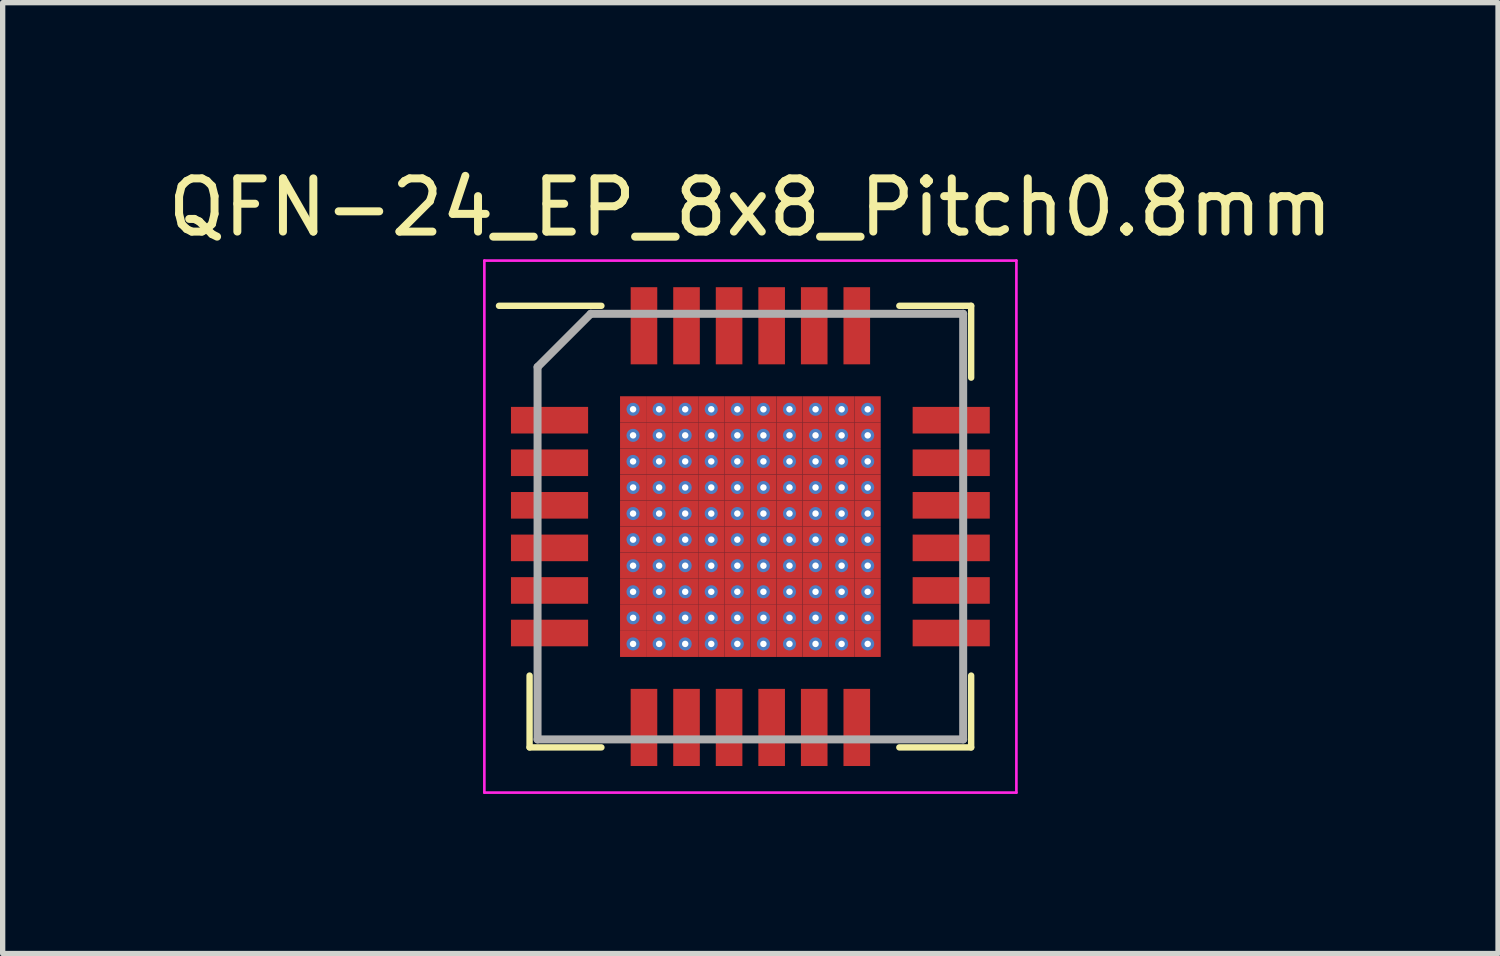
<source format=kicad_pcb>
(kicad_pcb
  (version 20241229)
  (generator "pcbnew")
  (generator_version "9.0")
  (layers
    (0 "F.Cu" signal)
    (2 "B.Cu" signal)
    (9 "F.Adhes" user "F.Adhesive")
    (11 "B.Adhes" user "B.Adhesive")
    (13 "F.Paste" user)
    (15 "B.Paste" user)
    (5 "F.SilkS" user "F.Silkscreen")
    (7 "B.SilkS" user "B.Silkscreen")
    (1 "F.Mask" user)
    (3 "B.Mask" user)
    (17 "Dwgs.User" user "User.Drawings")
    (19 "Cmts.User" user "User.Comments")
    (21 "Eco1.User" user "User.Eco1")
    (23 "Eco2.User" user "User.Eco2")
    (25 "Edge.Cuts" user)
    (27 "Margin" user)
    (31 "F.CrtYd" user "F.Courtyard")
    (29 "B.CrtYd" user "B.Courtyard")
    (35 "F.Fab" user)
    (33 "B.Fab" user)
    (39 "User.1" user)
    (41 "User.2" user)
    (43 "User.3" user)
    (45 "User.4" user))
  (footprint "QFN-24_EP_8x8_Pitch0.8mm"
    (layer "F.Cu")
    (at 11.054 6.848)
    (property "Reference" "QFN-24_EP_8x8_Pitch0.8mm" (at 0 -6 0) (layer "F.SilkS") (effects (font (size 1 1) (thickness 0.15))))
    (attr smd)
    (fp_line (start -4.15 4.15) (end -4.15 2.8) (stroke (width 0.12) (type solid)) (layer "F.SilkS"))
    (fp_line (start -2.8 -4.15) (end -4.725 -4.15) (stroke (width 0.12) (type solid)) (layer "F.SilkS"))
    (fp_line (start -2.8 4.15) (end -4.15 4.15) (stroke (width 0.12) (type solid)) (layer "F.SilkS"))
    (fp_line (start 2.8 -4.15) (end 4.15 -4.15) (stroke (width 0.12) (type solid)) (layer "F.SilkS"))
    (fp_line (start 2.8 4.15) (end 4.15 4.15) (stroke (width 0.12) (type solid)) (layer "F.SilkS"))
    (fp_line (start 4.15 -4.15) (end 4.15 -2.8) (stroke (width 0.12) (type solid)) (layer "F.SilkS"))
    (fp_line (start 4.15 4.15) (end 4.15 2.8) (stroke (width 0.12) (type solid)) (layer "F.SilkS"))
    (fp_line (start -5 -5) (end 5 -5) (stroke (width 0.05) (type solid)) (layer "F.CrtYd"))
    (fp_line (start -5 5) (end -5 -5) (stroke (width 0.05) (type solid)) (layer "F.CrtYd"))
    (fp_line (start 5 -5) (end 5 5) (stroke (width 0.05) (type solid)) (layer "F.CrtYd"))
    (fp_line (start 5 5) (end -5 5) (stroke (width 0.05) (type solid)) (layer "F.CrtYd"))
    (fp_line (start -4 -3) (end -4 4) (stroke (width 0.15) (type solid)) (layer "F.Fab"))
    (fp_line (start -4 4) (end 4 4) (stroke (width 0.15) (type solid)) (layer "F.Fab"))
    (fp_line (start -3 -4) (end -4 -3) (stroke (width 0.15) (type solid)) (layer "F.Fab"))
    (fp_line (start 4 -4) (end -3 -4) (stroke (width 0.15) (type solid)) (layer "F.Fab"))
    (fp_line (start 4 4) (end 4 -4) (stroke (width 0.15) (type solid)) (layer "F.Fab"))
    (pad "1" smd rect (at -3.775 -2 90) (size 0.5 1.45) (layers "F.Cu" "F.Mask" "F.Paste"))
    (pad "2" smd rect (at -3.775 -1.2 90) (size 0.5 1.45) (layers "F.Cu" "F.Mask" "F.Paste"))
    (pad "3" smd rect (at -3.775 -0.4 90) (size 0.5 1.45) (layers "F.Cu" "F.Mask" "F.Paste"))
    (pad "4" smd rect (at -3.775 0.4 90) (size 0.5 1.45) (layers "F.Cu" "F.Mask" "F.Paste"))
    (pad "5" smd rect (at -3.775 1.2 90) (size 0.5 1.45) (layers "F.Cu" "F.Mask" "F.Paste"))
    (pad "6" smd rect (at -3.775 2 90) (size 0.5 1.45) (layers "F.Cu" "F.Mask" "F.Paste"))
    (pad "7" smd rect (at -2 3.775) (size 0.5 1.45) (layers "F.Cu" "F.Mask" "F.Paste"))
    (pad "8" smd rect (at -1.2 3.775) (size 0.5 1.45) (layers "F.Cu" "F.Mask" "F.Paste"))
    (pad "9" smd rect (at -0.4 3.775) (size 0.5 1.45) (layers "F.Cu" "F.Mask" "F.Paste"))
    (pad "10" smd rect (at 0.4 3.775) (size 0.5 1.45) (layers "F.Cu" "F.Mask" "F.Paste"))
    (pad "11" smd rect (at 1.2 3.775) (size 0.5 1.45) (layers "F.Cu" "F.Mask" "F.Paste"))
    (pad "12" smd rect (at 2 3.775) (size 0.5 1.45) (layers "F.Cu" "F.Mask" "F.Paste"))
    (pad "13" smd rect (at 3.775 2 90) (size 0.5 1.45) (layers "F.Cu" "F.Mask" "F.Paste"))
    (pad "14" smd rect (at 3.775 1.2 90) (size 0.5 1.45) (layers "F.Cu" "F.Mask" "F.Paste"))
    (pad "15" smd rect (at 3.775 0.4 90) (size 0.5 1.45) (layers "F.Cu" "F.Mask" "F.Paste"))
    (pad "16" smd rect (at 3.775 -0.4 90) (size 0.5 1.45) (layers "F.Cu" "F.Mask" "F.Paste"))
    (pad "17" smd rect (at 3.775 -1.2 90) (size 0.5 1.45) (layers "F.Cu" "F.Mask" "F.Paste"))
    (pad "18" smd rect (at 3.775 -2 90) (size 0.5 1.45) (layers "F.Cu" "F.Mask" "F.Paste"))
    (pad "19" smd rect (at 2 -3.775) (size 0.5 1.45) (layers "F.Cu" "F.Mask" "F.Paste"))
    (pad "20" smd rect (at 1.2 -3.775) (size 0.5 1.45) (layers "F.Cu" "F.Mask" "F.Paste"))
    (pad "21" smd rect (at 0.4 -3.775) (size 0.5 1.45) (layers "F.Cu" "F.Mask" "F.Paste"))
    (pad "22" smd rect (at -0.4 -3.775) (size 0.5 1.45) (layers "F.Cu" "F.Mask" "F.Paste"))
    (pad "23" smd rect (at -1.2 -3.775) (size 0.5 1.45) (layers "F.Cu" "F.Mask" "F.Paste"))
    (pad "24" smd rect (at -2 -3.775) (size 0.5 1.45) (layers "F.Cu" "F.Mask" "F.Paste"))
    (pad "25" thru_hole circle (at -2.205 -2.205) (size 0.245 0.245) (drill 0.122) (layers "*.Cu" "*.Mask"))
    (pad "25" smd rect (at -2.205 -2.205) (size 0.49 0.49) (layers "F.Cu" "F.Mask" "F.Paste"))
    (pad "25" thru_hole circle (at -2.205 -1.715) (size 0.245 0.245) (drill 0.122) (layers "*.Cu" "*.Mask"))
    (pad "25" smd rect (at -2.205 -1.715) (size 0.49 0.49) (layers "F.Cu" "F.Mask" "F.Paste"))
    (pad "25" thru_hole circle (at -2.205 -1.225) (size 0.245 0.245) (drill 0.122) (layers "*.Cu" "*.Mask"))
    (pad "25" smd rect (at -2.205 -1.225) (size 0.49 0.49) (layers "F.Cu" "F.Mask" "F.Paste"))
    (pad "25" thru_hole circle (at -2.205 -0.735) (size 0.245 0.245) (drill 0.122) (layers "*.Cu" "*.Mask"))
    (pad "25" smd rect (at -2.205 -0.735) (size 0.49 0.49) (layers "F.Cu" "F.Mask" "F.Paste"))
    (pad "25" thru_hole circle (at -2.205 -0.245) (size 0.245 0.245) (drill 0.122) (layers "*.Cu" "*.Mask"))
    (pad "25" smd rect (at -2.205 -0.245) (size 0.49 0.49) (layers "F.Cu" "F.Mask" "F.Paste"))
    (pad "25" thru_hole circle (at -2.205 0.245) (size 0.245 0.245) (drill 0.122) (layers "*.Cu" "*.Mask"))
    (pad "25" smd rect (at -2.205 0.245) (size 0.49 0.49) (layers "F.Cu" "F.Mask" "F.Paste"))
    (pad "25" thru_hole circle (at -2.205 0.735) (size 0.245 0.245) (drill 0.122) (layers "*.Cu" "*.Mask"))
    (pad "25" smd rect (at -2.205 0.735) (size 0.49 0.49) (layers "F.Cu" "F.Mask" "F.Paste"))
    (pad "25" thru_hole circle (at -2.205 1.225) (size 0.245 0.245) (drill 0.122) (layers "*.Cu" "*.Mask"))
    (pad "25" smd rect (at -2.205 1.225) (size 0.49 0.49) (layers "F.Cu" "F.Mask" "F.Paste"))
    (pad "25" thru_hole circle (at -2.205 1.715) (size 0.245 0.245) (drill 0.122) (layers "*.Cu" "*.Mask"))
    (pad "25" smd rect (at -2.205 1.715) (size 0.49 0.49) (layers "F.Cu" "F.Mask" "F.Paste"))
    (pad "25" thru_hole circle (at -2.205 2.205) (size 0.245 0.245) (drill 0.122) (layers "*.Cu" "*.Mask"))
    (pad "25" smd rect (at -2.205 2.205) (size 0.49 0.49) (layers "F.Cu" "F.Mask" "F.Paste"))
    (pad "25" thru_hole circle (at -1.715 -2.205) (size 0.245 0.245) (drill 0.122) (layers "*.Cu" "*.Mask"))
    (pad "25" smd rect (at -1.715 -2.205) (size 0.49 0.49) (layers "F.Cu" "F.Mask" "F.Paste"))
    (pad "25" thru_hole circle (at -1.715 -1.715) (size 0.245 0.245) (drill 0.122) (layers "*.Cu" "*.Mask"))
    (pad "25" smd rect (at -1.715 -1.715) (size 0.49 0.49) (layers "F.Cu" "F.Mask" "F.Paste"))
    (pad "25" thru_hole circle (at -1.715 -1.225) (size 0.245 0.245) (drill 0.122) (layers "*.Cu" "*.Mask"))
    (pad "25" smd rect (at -1.715 -1.225) (size 0.49 0.49) (layers "F.Cu" "F.Mask" "F.Paste"))
    (pad "25" thru_hole circle (at -1.715 -0.735) (size 0.245 0.245) (drill 0.122) (layers "*.Cu" "*.Mask"))
    (pad "25" smd rect (at -1.715 -0.735) (size 0.49 0.49) (layers "F.Cu" "F.Mask" "F.Paste"))
    (pad "25" thru_hole circle (at -1.715 -0.245) (size 0.245 0.245) (drill 0.122) (layers "*.Cu" "*.Mask"))
    (pad "25" smd rect (at -1.715 -0.245) (size 0.49 0.49) (layers "F.Cu" "F.Mask" "F.Paste"))
    (pad "25" thru_hole circle (at -1.715 0.245) (size 0.245 0.245) (drill 0.122) (layers "*.Cu" "*.Mask"))
    (pad "25" smd rect (at -1.715 0.245) (size 0.49 0.49) (layers "F.Cu" "F.Mask" "F.Paste"))
    (pad "25" thru_hole circle (at -1.715 0.735) (size 0.245 0.245) (drill 0.122) (layers "*.Cu" "*.Mask"))
    (pad "25" smd rect (at -1.715 0.735) (size 0.49 0.49) (layers "F.Cu" "F.Mask" "F.Paste"))
    (pad "25" thru_hole circle (at -1.715 1.225) (size 0.245 0.245) (drill 0.122) (layers "*.Cu" "*.Mask"))
    (pad "25" smd rect (at -1.715 1.225) (size 0.49 0.49) (layers "F.Cu" "F.Mask" "F.Paste"))
    (pad "25" thru_hole circle (at -1.715 1.715) (size 0.245 0.245) (drill 0.122) (layers "*.Cu" "*.Mask"))
    (pad "25" smd rect (at -1.715 1.715) (size 0.49 0.49) (layers "F.Cu" "F.Mask" "F.Paste"))
    (pad "25" thru_hole circle (at -1.715 2.205) (size 0.245 0.245) (drill 0.122) (layers "*.Cu" "*.Mask"))
    (pad "25" smd rect (at -1.715 2.205) (size 0.49 0.49) (layers "F.Cu" "F.Mask" "F.Paste"))
    (pad "25" thru_hole circle (at -1.225 -2.205) (size 0.245 0.245) (drill 0.122) (layers "*.Cu" "*.Mask"))
    (pad "25" smd rect (at -1.225 -2.205) (size 0.49 0.49) (layers "F.Cu" "F.Mask" "F.Paste"))
    (pad "25" thru_hole circle (at -1.225 -1.715) (size 0.245 0.245) (drill 0.122) (layers "*.Cu" "*.Mask"))
    (pad "25" smd rect (at -1.225 -1.715) (size 0.49 0.49) (layers "F.Cu" "F.Mask" "F.Paste"))
    (pad "25" thru_hole circle (at -1.225 -1.225) (size 0.245 0.245) (drill 0.122) (layers "*.Cu" "*.Mask"))
    (pad "25" smd rect (at -1.225 -1.225) (size 0.49 0.49) (layers "F.Cu" "F.Mask" "F.Paste"))
    (pad "25" thru_hole circle (at -1.225 -0.735) (size 0.245 0.245) (drill 0.122) (layers "*.Cu" "*.Mask"))
    (pad "25" smd rect (at -1.225 -0.735) (size 0.49 0.49) (layers "F.Cu" "F.Mask" "F.Paste"))
    (pad "25" thru_hole circle (at -1.225 -0.245) (size 0.245 0.245) (drill 0.122) (layers "*.Cu" "*.Mask"))
    (pad "25" smd rect (at -1.225 -0.245) (size 0.49 0.49) (layers "F.Cu" "F.Mask" "F.Paste"))
    (pad "25" thru_hole circle (at -1.225 0.245) (size 0.245 0.245) (drill 0.122) (layers "*.Cu" "*.Mask"))
    (pad "25" smd rect (at -1.225 0.245) (size 0.49 0.49) (layers "F.Cu" "F.Mask" "F.Paste"))
    (pad "25" thru_hole circle (at -1.225 0.735) (size 0.245 0.245) (drill 0.122) (layers "*.Cu" "*.Mask"))
    (pad "25" smd rect (at -1.225 0.735) (size 0.49 0.49) (layers "F.Cu" "F.Mask" "F.Paste"))
    (pad "25" thru_hole circle (at -1.225 1.225) (size 0.245 0.245) (drill 0.122) (layers "*.Cu" "*.Mask"))
    (pad "25" smd rect (at -1.225 1.225) (size 0.49 0.49) (layers "F.Cu" "F.Mask" "F.Paste"))
    (pad "25" thru_hole circle (at -1.225 1.715) (size 0.245 0.245) (drill 0.122) (layers "*.Cu" "*.Mask"))
    (pad "25" smd rect (at -1.225 1.715) (size 0.49 0.49) (layers "F.Cu" "F.Mask" "F.Paste"))
    (pad "25" thru_hole circle (at -1.225 2.205) (size 0.245 0.245) (drill 0.122) (layers "*.Cu" "*.Mask"))
    (pad "25" smd rect (at -1.225 2.205) (size 0.49 0.49) (layers "F.Cu" "F.Mask" "F.Paste"))
    (pad "25" thru_hole circle (at -0.735 -2.205) (size 0.245 0.245) (drill 0.122) (layers "*.Cu" "*.Mask"))
    (pad "25" smd rect (at -0.735 -2.205) (size 0.49 0.49) (layers "F.Cu" "F.Mask" "F.Paste"))
    (pad "25" thru_hole circle (at -0.735 -1.715) (size 0.245 0.245) (drill 0.122) (layers "*.Cu" "*.Mask"))
    (pad "25" smd rect (at -0.735 -1.715) (size 0.49 0.49) (layers "F.Cu" "F.Mask" "F.Paste"))
    (pad "25" thru_hole circle (at -0.735 -1.225) (size 0.245 0.245) (drill 0.122) (layers "*.Cu" "*.Mask"))
    (pad "25" smd rect (at -0.735 -1.225) (size 0.49 0.49) (layers "F.Cu" "F.Mask" "F.Paste"))
    (pad "25" thru_hole circle (at -0.735 -0.735) (size 0.245 0.245) (drill 0.122) (layers "*.Cu" "*.Mask"))
    (pad "25" smd rect (at -0.735 -0.735) (size 0.49 0.49) (layers "F.Cu" "F.Mask" "F.Paste"))
    (pad "25" thru_hole circle (at -0.735 -0.245) (size 0.245 0.245) (drill 0.122) (layers "*.Cu" "*.Mask"))
    (pad "25" smd rect (at -0.735 -0.245) (size 0.49 0.49) (layers "F.Cu" "F.Mask" "F.Paste"))
    (pad "25" thru_hole circle (at -0.735 0.245) (size 0.245 0.245) (drill 0.122) (layers "*.Cu" "*.Mask"))
    (pad "25" smd rect (at -0.735 0.245) (size 0.49 0.49) (layers "F.Cu" "F.Mask" "F.Paste"))
    (pad "25" thru_hole circle (at -0.735 0.735) (size 0.245 0.245) (drill 0.122) (layers "*.Cu" "*.Mask"))
    (pad "25" smd rect (at -0.735 0.735) (size 0.49 0.49) (layers "F.Cu" "F.Mask" "F.Paste"))
    (pad "25" thru_hole circle (at -0.735 1.225) (size 0.245 0.245) (drill 0.122) (layers "*.Cu" "*.Mask"))
    (pad "25" smd rect (at -0.735 1.225) (size 0.49 0.49) (layers "F.Cu" "F.Mask" "F.Paste"))
    (pad "25" thru_hole circle (at -0.735 1.715) (size 0.245 0.245) (drill 0.122) (layers "*.Cu" "*.Mask"))
    (pad "25" smd rect (at -0.735 1.715) (size 0.49 0.49) (layers "F.Cu" "F.Mask" "F.Paste"))
    (pad "25" thru_hole circle (at -0.735 2.205) (size 0.245 0.245) (drill 0.122) (layers "*.Cu" "*.Mask"))
    (pad "25" smd rect (at -0.735 2.205) (size 0.49 0.49) (layers "F.Cu" "F.Mask" "F.Paste"))
    (pad "25" thru_hole circle (at -0.245 -2.205) (size 0.245 0.245) (drill 0.122) (layers "*.Cu" "*.Mask"))
    (pad "25" smd rect (at -0.245 -2.205) (size 0.49 0.49) (layers "F.Cu" "F.Mask" "F.Paste"))
    (pad "25" thru_hole circle (at -0.245 -1.715) (size 0.245 0.245) (drill 0.122) (layers "*.Cu" "*.Mask"))
    (pad "25" smd rect (at -0.245 -1.715) (size 0.49 0.49) (layers "F.Cu" "F.Mask" "F.Paste"))
    (pad "25" thru_hole circle (at -0.245 -1.225) (size 0.245 0.245) (drill 0.122) (layers "*.Cu" "*.Mask"))
    (pad "25" smd rect (at -0.245 -1.225) (size 0.49 0.49) (layers "F.Cu" "F.Mask" "F.Paste"))
    (pad "25" thru_hole circle (at -0.245 -0.735) (size 0.245 0.245) (drill 0.122) (layers "*.Cu" "*.Mask"))
    (pad "25" smd rect (at -0.245 -0.735) (size 0.49 0.49) (layers "F.Cu" "F.Mask" "F.Paste"))
    (pad "25" thru_hole circle (at -0.245 -0.245) (size 0.245 0.245) (drill 0.122) (layers "*.Cu" "*.Mask"))
    (pad "25" smd rect (at -0.245 -0.245) (size 0.49 0.49) (layers "F.Cu" "F.Mask" "F.Paste"))
    (pad "25" thru_hole circle (at -0.245 0.245) (size 0.245 0.245) (drill 0.122) (layers "*.Cu" "*.Mask"))
    (pad "25" smd rect (at -0.245 0.245) (size 0.49 0.49) (layers "F.Cu" "F.Mask" "F.Paste"))
    (pad "25" thru_hole circle (at -0.245 0.735) (size 0.245 0.245) (drill 0.122) (layers "*.Cu" "*.Mask"))
    (pad "25" smd rect (at -0.245 0.735) (size 0.49 0.49) (layers "F.Cu" "F.Mask" "F.Paste"))
    (pad "25" thru_hole circle (at -0.245 1.225) (size 0.245 0.245) (drill 0.122) (layers "*.Cu" "*.Mask"))
    (pad "25" smd rect (at -0.245 1.225) (size 0.49 0.49) (layers "F.Cu" "F.Mask" "F.Paste"))
    (pad "25" thru_hole circle (at -0.245 1.715) (size 0.245 0.245) (drill 0.122) (layers "*.Cu" "*.Mask"))
    (pad "25" smd rect (at -0.245 1.715) (size 0.49 0.49) (layers "F.Cu" "F.Mask" "F.Paste"))
    (pad "25" thru_hole circle (at -0.245 2.205) (size 0.245 0.245) (drill 0.122) (layers "*.Cu" "*.Mask"))
    (pad "25" smd rect (at -0.245 2.205) (size 0.49 0.49) (layers "F.Cu" "F.Mask" "F.Paste"))
    (pad "25" thru_hole circle (at 0.245 -2.205) (size 0.245 0.245) (drill 0.122) (layers "*.Cu" "*.Mask"))
    (pad "25" smd rect (at 0.245 -2.205) (size 0.49 0.49) (layers "F.Cu" "F.Mask" "F.Paste"))
    (pad "25" thru_hole circle (at 0.245 -1.715) (size 0.245 0.245) (drill 0.122) (layers "*.Cu" "*.Mask"))
    (pad "25" smd rect (at 0.245 -1.715) (size 0.49 0.49) (layers "F.Cu" "F.Mask" "F.Paste"))
    (pad "25" thru_hole circle (at 0.245 -1.225) (size 0.245 0.245) (drill 0.122) (layers "*.Cu" "*.Mask"))
    (pad "25" smd rect (at 0.245 -1.225) (size 0.49 0.49) (layers "F.Cu" "F.Mask" "F.Paste"))
    (pad "25" thru_hole circle (at 0.245 -0.735) (size 0.245 0.245) (drill 0.122) (layers "*.Cu" "*.Mask"))
    (pad "25" smd rect (at 0.245 -0.735) (size 0.49 0.49) (layers "F.Cu" "F.Mask" "F.Paste"))
    (pad "25" thru_hole circle (at 0.245 -0.245) (size 0.245 0.245) (drill 0.122) (layers "*.Cu" "*.Mask"))
    (pad "25" smd rect (at 0.245 -0.245) (size 0.49 0.49) (layers "F.Cu" "F.Mask" "F.Paste"))
    (pad "25" thru_hole circle (at 0.245 0.245) (size 0.245 0.245) (drill 0.122) (layers "*.Cu" "*.Mask"))
    (pad "25" smd rect (at 0.245 0.245) (size 0.49 0.49) (layers "F.Cu" "F.Mask" "F.Paste"))
    (pad "25" thru_hole circle (at 0.245 0.735) (size 0.245 0.245) (drill 0.122) (layers "*.Cu" "*.Mask"))
    (pad "25" smd rect (at 0.245 0.735) (size 0.49 0.49) (layers "F.Cu" "F.Mask" "F.Paste"))
    (pad "25" thru_hole circle (at 0.245 1.225) (size 0.245 0.245) (drill 0.122) (layers "*.Cu" "*.Mask"))
    (pad "25" smd rect (at 0.245 1.225) (size 0.49 0.49) (layers "F.Cu" "F.Mask" "F.Paste"))
    (pad "25" thru_hole circle (at 0.245 1.715) (size 0.245 0.245) (drill 0.122) (layers "*.Cu" "*.Mask"))
    (pad "25" smd rect (at 0.245 1.715) (size 0.49 0.49) (layers "F.Cu" "F.Mask" "F.Paste"))
    (pad "25" thru_hole circle (at 0.245 2.205) (size 0.245 0.245) (drill 0.122) (layers "*.Cu" "*.Mask"))
    (pad "25" smd rect (at 0.245 2.205) (size 0.49 0.49) (layers "F.Cu" "F.Mask" "F.Paste"))
    (pad "25" thru_hole circle (at 0.735 -2.205) (size 0.245 0.245) (drill 0.122) (layers "*.Cu" "*.Mask"))
    (pad "25" smd rect (at 0.735 -2.205) (size 0.49 0.49) (layers "F.Cu" "F.Mask" "F.Paste"))
    (pad "25" thru_hole circle (at 0.735 -1.715) (size 0.245 0.245) (drill 0.122) (layers "*.Cu" "*.Mask"))
    (pad "25" smd rect (at 0.735 -1.715) (size 0.49 0.49) (layers "F.Cu" "F.Mask" "F.Paste"))
    (pad "25" thru_hole circle (at 0.735 -1.225) (size 0.245 0.245) (drill 0.122) (layers "*.Cu" "*.Mask"))
    (pad "25" smd rect (at 0.735 -1.225) (size 0.49 0.49) (layers "F.Cu" "F.Mask" "F.Paste"))
    (pad "25" thru_hole circle (at 0.735 -0.735) (size 0.245 0.245) (drill 0.122) (layers "*.Cu" "*.Mask"))
    (pad "25" smd rect (at 0.735 -0.735) (size 0.49 0.49) (layers "F.Cu" "F.Mask" "F.Paste"))
    (pad "25" thru_hole circle (at 0.735 -0.245) (size 0.245 0.245) (drill 0.122) (layers "*.Cu" "*.Mask"))
    (pad "25" smd rect (at 0.735 -0.245) (size 0.49 0.49) (layers "F.Cu" "F.Mask" "F.Paste"))
    (pad "25" thru_hole circle (at 0.735 0.245) (size 0.245 0.245) (drill 0.122) (layers "*.Cu" "*.Mask"))
    (pad "25" smd rect (at 0.735 0.245) (size 0.49 0.49) (layers "F.Cu" "F.Mask" "F.Paste"))
    (pad "25" thru_hole circle (at 0.735 0.735) (size 0.245 0.245) (drill 0.122) (layers "*.Cu" "*.Mask"))
    (pad "25" smd rect (at 0.735 0.735) (size 0.49 0.49) (layers "F.Cu" "F.Mask" "F.Paste"))
    (pad "25" thru_hole circle (at 0.735 1.225) (size 0.245 0.245) (drill 0.122) (layers "*.Cu" "*.Mask"))
    (pad "25" smd rect (at 0.735 1.225) (size 0.49 0.49) (layers "F.Cu" "F.Mask" "F.Paste"))
    (pad "25" thru_hole circle (at 0.735 1.715) (size 0.245 0.245) (drill 0.122) (layers "*.Cu" "*.Mask"))
    (pad "25" smd rect (at 0.735 1.715) (size 0.49 0.49) (layers "F.Cu" "F.Mask" "F.Paste"))
    (pad "25" thru_hole circle (at 0.735 2.205) (size 0.245 0.245) (drill 0.122) (layers "*.Cu" "*.Mask"))
    (pad "25" smd rect (at 0.735 2.205) (size 0.49 0.49) (layers "F.Cu" "F.Mask" "F.Paste"))
    (pad "25" thru_hole circle (at 1.225 -2.205) (size 0.245 0.245) (drill 0.122) (layers "*.Cu" "*.Mask"))
    (pad "25" smd rect (at 1.225 -2.205) (size 0.49 0.49) (layers "F.Cu" "F.Mask" "F.Paste"))
    (pad "25" thru_hole circle (at 1.225 -1.715) (size 0.245 0.245) (drill 0.122) (layers "*.Cu" "*.Mask"))
    (pad "25" smd rect (at 1.225 -1.715) (size 0.49 0.49) (layers "F.Cu" "F.Mask" "F.Paste"))
    (pad "25" thru_hole circle (at 1.225 -1.225) (size 0.245 0.245) (drill 0.122) (layers "*.Cu" "*.Mask"))
    (pad "25" smd rect (at 1.225 -1.225) (size 0.49 0.49) (layers "F.Cu" "F.Mask" "F.Paste"))
    (pad "25" thru_hole circle (at 1.225 -0.735) (size 0.245 0.245) (drill 0.122) (layers "*.Cu" "*.Mask"))
    (pad "25" smd rect (at 1.225 -0.735) (size 0.49 0.49) (layers "F.Cu" "F.Mask" "F.Paste"))
    (pad "25" thru_hole circle (at 1.225 -0.245) (size 0.245 0.245) (drill 0.122) (layers "*.Cu" "*.Mask"))
    (pad "25" smd rect (at 1.225 -0.245) (size 0.49 0.49) (layers "F.Cu" "F.Mask" "F.Paste"))
    (pad "25" thru_hole circle (at 1.225 0.245) (size 0.245 0.245) (drill 0.122) (layers "*.Cu" "*.Mask"))
    (pad "25" smd rect (at 1.225 0.245) (size 0.49 0.49) (layers "F.Cu" "F.Mask" "F.Paste"))
    (pad "25" thru_hole circle (at 1.225 0.735) (size 0.245 0.245) (drill 0.122) (layers "*.Cu" "*.Mask"))
    (pad "25" smd rect (at 1.225 0.735) (size 0.49 0.49) (layers "F.Cu" "F.Mask" "F.Paste"))
    (pad "25" thru_hole circle (at 1.225 1.225) (size 0.245 0.245) (drill 0.122) (layers "*.Cu" "*.Mask"))
    (pad "25" smd rect (at 1.225 1.225) (size 0.49 0.49) (layers "F.Cu" "F.Mask" "F.Paste"))
    (pad "25" thru_hole circle (at 1.225 1.715) (size 0.245 0.245) (drill 0.122) (layers "*.Cu" "*.Mask"))
    (pad "25" smd rect (at 1.225 1.715) (size 0.49 0.49) (layers "F.Cu" "F.Mask" "F.Paste"))
    (pad "25" thru_hole circle (at 1.225 2.205) (size 0.245 0.245) (drill 0.122) (layers "*.Cu" "*.Mask"))
    (pad "25" smd rect (at 1.225 2.205) (size 0.49 0.49) (layers "F.Cu" "F.Mask" "F.Paste"))
    (pad "25" thru_hole circle (at 1.715 -2.205) (size 0.245 0.245) (drill 0.122) (layers "*.Cu" "*.Mask"))
    (pad "25" smd rect (at 1.715 -2.205) (size 0.49 0.49) (layers "F.Cu" "F.Mask" "F.Paste"))
    (pad "25" thru_hole circle (at 1.715 -1.715) (size 0.245 0.245) (drill 0.122) (layers "*.Cu" "*.Mask"))
    (pad "25" smd rect (at 1.715 -1.715) (size 0.49 0.49) (layers "F.Cu" "F.Mask" "F.Paste"))
    (pad "25" thru_hole circle (at 1.715 -1.225) (size 0.245 0.245) (drill 0.122) (layers "*.Cu" "*.Mask"))
    (pad "25" smd rect (at 1.715 -1.225) (size 0.49 0.49) (layers "F.Cu" "F.Mask" "F.Paste"))
    (pad "25" thru_hole circle (at 1.715 -0.735) (size 0.245 0.245) (drill 0.122) (layers "*.Cu" "*.Mask"))
    (pad "25" smd rect (at 1.715 -0.735) (size 0.49 0.49) (layers "F.Cu" "F.Mask" "F.Paste"))
    (pad "25" thru_hole circle (at 1.715 -0.245) (size 0.245 0.245) (drill 0.122) (layers "*.Cu" "*.Mask"))
    (pad "25" smd rect (at 1.715 -0.245) (size 0.49 0.49) (layers "F.Cu" "F.Mask" "F.Paste"))
    (pad "25" thru_hole circle (at 1.715 0.245) (size 0.245 0.245) (drill 0.122) (layers "*.Cu" "*.Mask"))
    (pad "25" smd rect (at 1.715 0.245) (size 0.49 0.49) (layers "F.Cu" "F.Mask" "F.Paste"))
    (pad "25" thru_hole circle (at 1.715 0.735) (size 0.245 0.245) (drill 0.122) (layers "*.Cu" "*.Mask"))
    (pad "25" smd rect (at 1.715 0.735) (size 0.49 0.49) (layers "F.Cu" "F.Mask" "F.Paste"))
    (pad "25" thru_hole circle (at 1.715 1.225) (size 0.245 0.245) (drill 0.122) (layers "*.Cu" "*.Mask"))
    (pad "25" smd rect (at 1.715 1.225) (size 0.49 0.49) (layers "F.Cu" "F.Mask" "F.Paste"))
    (pad "25" thru_hole circle (at 1.715 1.715) (size 0.245 0.245) (drill 0.122) (layers "*.Cu" "*.Mask"))
    (pad "25" smd rect (at 1.715 1.715) (size 0.49 0.49) (layers "F.Cu" "F.Mask" "F.Paste"))
    (pad "25" thru_hole circle (at 1.715 2.205) (size 0.245 0.245) (drill 0.122) (layers "*.Cu" "*.Mask"))
    (pad "25" smd rect (at 1.715 2.205) (size 0.49 0.49) (layers "F.Cu" "F.Mask" "F.Paste"))
    (pad "25" thru_hole circle (at 2.205 -2.205) (size 0.245 0.245) (drill 0.122) (layers "*.Cu" "*.Mask"))
    (pad "25" smd rect (at 2.205 -2.205) (size 0.49 0.49) (layers "F.Cu" "F.Mask" "F.Paste"))
    (pad "25" thru_hole circle (at 2.205 -1.715) (size 0.245 0.245) (drill 0.122) (layers "*.Cu" "*.Mask"))
    (pad "25" smd rect (at 2.205 -1.715) (size 0.49 0.49) (layers "F.Cu" "F.Mask" "F.Paste"))
    (pad "25" thru_hole circle (at 2.205 -1.225) (size 0.245 0.245) (drill 0.122) (layers "*.Cu" "*.Mask"))
    (pad "25" smd rect (at 2.205 -1.225) (size 0.49 0.49) (layers "F.Cu" "F.Mask" "F.Paste"))
    (pad "25" thru_hole circle (at 2.205 -0.735) (size 0.245 0.245) (drill 0.122) (layers "*.Cu" "*.Mask"))
    (pad "25" smd rect (at 2.205 -0.735) (size 0.49 0.49) (layers "F.Cu" "F.Mask" "F.Paste"))
    (pad "25" thru_hole circle (at 2.205 -0.245) (size 0.245 0.245) (drill 0.122) (layers "*.Cu" "*.Mask"))
    (pad "25" smd rect (at 2.205 -0.245) (size 0.49 0.49) (layers "F.Cu" "F.Mask" "F.Paste"))
    (pad "25" thru_hole circle (at 2.205 0.245) (size 0.245 0.245) (drill 0.122) (layers "*.Cu" "*.Mask"))
    (pad "25" smd rect (at 2.205 0.245) (size 0.49 0.49) (layers "F.Cu" "F.Mask" "F.Paste"))
    (pad "25" thru_hole circle (at 2.205 0.735) (size 0.245 0.245) (drill 0.122) (layers "*.Cu" "*.Mask"))
    (pad "25" smd rect (at 2.205 0.735) (size 0.49 0.49) (layers "F.Cu" "F.Mask" "F.Paste"))
    (pad "25" thru_hole circle (at 2.205 1.225) (size 0.245 0.245) (drill 0.122) (layers "*.Cu" "*.Mask"))
    (pad "25" smd rect (at 2.205 1.225) (size 0.49 0.49) (layers "F.Cu" "F.Mask" "F.Paste"))
    (pad "25" thru_hole circle (at 2.205 1.715) (size 0.245 0.245) (drill 0.122) (layers "*.Cu" "*.Mask"))
    (pad "25" smd rect (at 2.205 1.715) (size 0.49 0.49) (layers "F.Cu" "F.Mask" "F.Paste"))
    (pad "25" thru_hole circle (at 2.205 2.205) (size 0.245 0.245) (drill 0.122) (layers "*.Cu" "*.Mask"))
    (pad "25" smd rect (at 2.205 2.205) (size 0.49 0.49) (layers "F.Cu" "F.Mask" "F.Paste")))
  (gr_rect
    (start -3 -3)
    (end 25.107 14.873)
    (stroke (width 0.1) (type default))
    (fill no)
    (layer "Edge.Cuts")))
</source>
